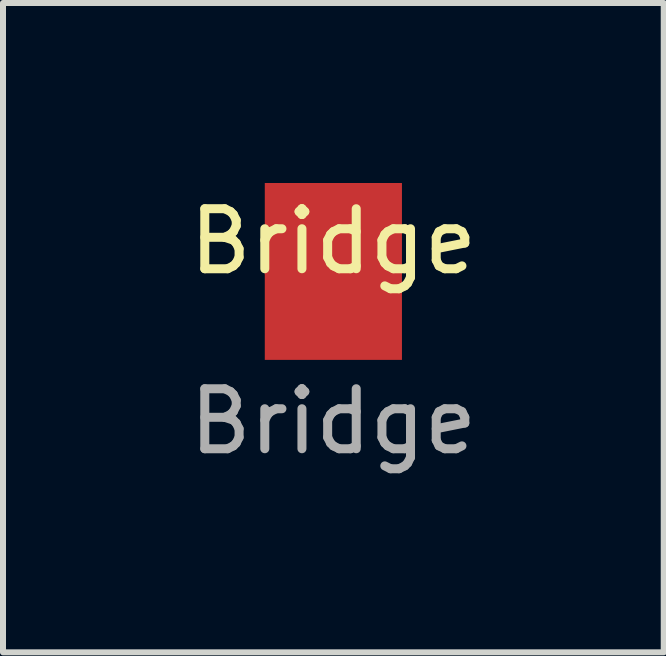
<source format=kicad_pcb>
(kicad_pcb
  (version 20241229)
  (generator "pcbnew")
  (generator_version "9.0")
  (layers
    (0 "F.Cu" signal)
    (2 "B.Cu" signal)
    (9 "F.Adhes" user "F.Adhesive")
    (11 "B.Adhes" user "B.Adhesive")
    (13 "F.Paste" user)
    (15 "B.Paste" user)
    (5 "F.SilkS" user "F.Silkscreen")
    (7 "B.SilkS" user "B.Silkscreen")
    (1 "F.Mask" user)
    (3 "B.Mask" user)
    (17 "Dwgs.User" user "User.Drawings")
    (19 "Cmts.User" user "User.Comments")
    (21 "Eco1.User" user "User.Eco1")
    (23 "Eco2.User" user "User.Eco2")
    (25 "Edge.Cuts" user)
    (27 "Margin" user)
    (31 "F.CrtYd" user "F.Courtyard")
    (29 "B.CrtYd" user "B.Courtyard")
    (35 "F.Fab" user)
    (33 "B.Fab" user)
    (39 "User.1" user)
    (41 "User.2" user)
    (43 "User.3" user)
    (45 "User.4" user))
  (footprint "Bridge"
    (layer "F.Cu")
    (at 2.506 1.474)
    (property "Reference" "Bridge" (at 0 -0.5 0) (unlocked yes) (layer "F.SilkS") (effects (font (size 1 1) (thickness 0.15))))
    (attr smd)
    (fp_text user "${REFERENCE}" (at 0 2.5 0) (unlocked yes) (layer "F.Fab") (effects (font (size 1 1) (thickness 0.15))))
    (pad "1" smd rect (at 0 -0.712) (size 2.286 1.524) (layers "F.Cu" "F.Mask" "F.Paste"))
    (pad "2" smd rect (at 0 0.712) (size 2.286 1.524) (layers "F.Cu" "F.Mask" "F.Paste")))
  (gr_rect
    (start -3 -3)
    (end 8.012 7.822)
    (stroke (width 0.1) (type default))
    (fill no)
    (layer "Edge.Cuts")))
</source>
